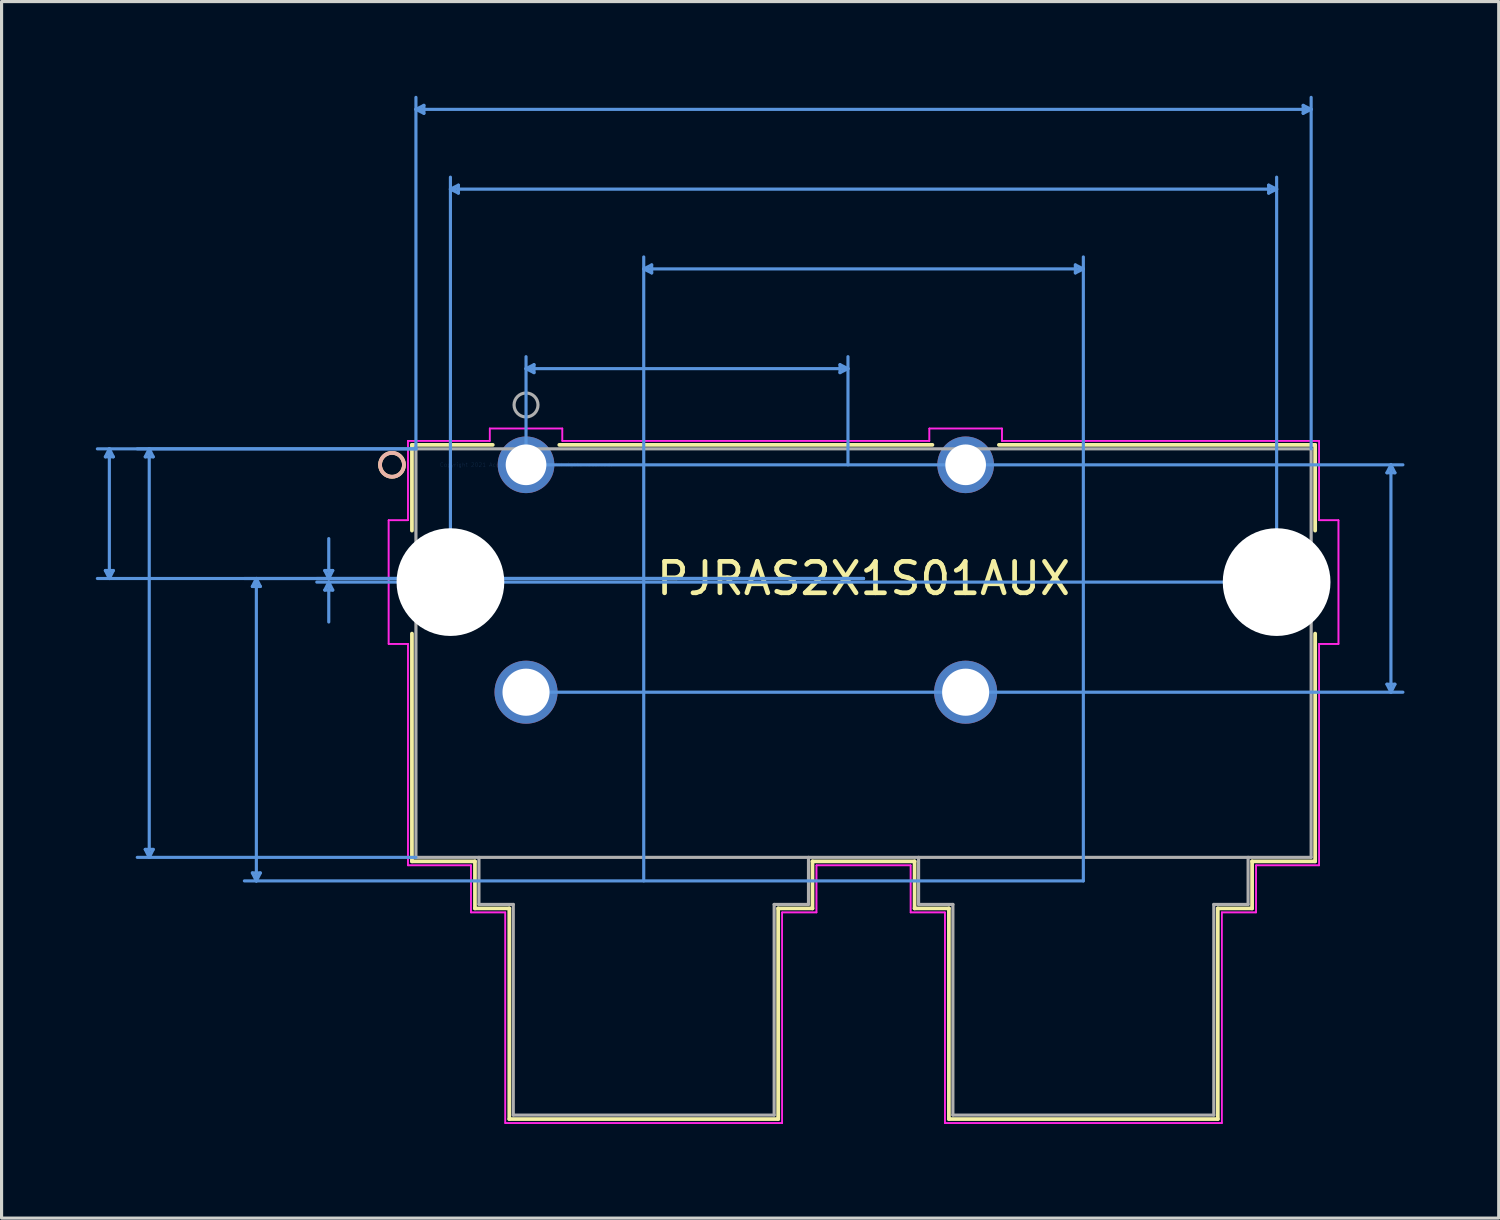
<source format=kicad_pcb>
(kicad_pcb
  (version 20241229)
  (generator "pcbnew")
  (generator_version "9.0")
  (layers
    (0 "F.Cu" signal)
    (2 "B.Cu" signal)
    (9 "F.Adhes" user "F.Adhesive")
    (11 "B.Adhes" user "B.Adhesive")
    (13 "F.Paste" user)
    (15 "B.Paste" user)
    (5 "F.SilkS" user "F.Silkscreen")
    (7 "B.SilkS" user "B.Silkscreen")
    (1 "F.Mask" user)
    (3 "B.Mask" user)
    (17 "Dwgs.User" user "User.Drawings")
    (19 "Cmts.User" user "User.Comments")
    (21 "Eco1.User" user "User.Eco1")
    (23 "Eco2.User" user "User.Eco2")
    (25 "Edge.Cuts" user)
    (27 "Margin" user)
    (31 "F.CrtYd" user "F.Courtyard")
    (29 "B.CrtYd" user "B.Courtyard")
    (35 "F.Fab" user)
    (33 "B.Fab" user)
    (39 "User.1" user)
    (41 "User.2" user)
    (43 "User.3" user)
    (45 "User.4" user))
  (footprint "PJRAS2X1S01AUX"
    (layer "F.Cu")
    (at 13.696 11.747)
    (property "Reference" "PJRAS2X1S01AUX" (at 10.744 3.619 0) (layer "F.SilkS") (effects (font (size 1 1) (thickness 0.15))))
    (attr through_hole)
    (fp_line (start -3.632 -0.635) (end -3.632 2.094) (stroke (width 0.12) (type solid)) (layer "F.SilkS"))
    (fp_line (start -3.632 5.374) (end -3.632 12.624) (stroke (width 0.12) (type solid)) (layer "F.SilkS"))
    (fp_line (start -3.632 12.624) (end -1.626 12.624) (stroke (width 0.12) (type solid)) (layer "F.SilkS"))
    (fp_line (start -1.626 12.624) (end -1.626 14.122) (stroke (width 0.12) (type solid)) (layer "F.SilkS"))
    (fp_line (start -1.626 14.122) (end -0.533 14.122) (stroke (width 0.12) (type solid)) (layer "F.SilkS"))
    (fp_line (start -1.059 -0.635) (end -3.632 -0.635) (stroke (width 0.12) (type solid)) (layer "F.SilkS"))
    (fp_line (start -0.533 14.122) (end -0.533 20.828) (stroke (width 0.12) (type solid)) (layer "F.SilkS"))
    (fp_line (start -0.533 20.828) (end 8.026 20.828) (stroke (width 0.12) (type solid)) (layer "F.SilkS"))
    (fp_line (start 8.026 14.122) (end 9.119 14.122) (stroke (width 0.12) (type solid)) (layer "F.SilkS"))
    (fp_line (start 8.026 20.828) (end 8.026 14.122) (stroke (width 0.12) (type solid)) (layer "F.SilkS"))
    (fp_line (start 9.119 12.624) (end 12.37 12.624) (stroke (width 0.12) (type solid)) (layer "F.SilkS"))
    (fp_line (start 9.119 14.122) (end 9.119 12.624) (stroke (width 0.12) (type solid)) (layer "F.SilkS"))
    (fp_line (start 12.37 12.624) (end 12.37 14.122) (stroke (width 0.12) (type solid)) (layer "F.SilkS"))
    (fp_line (start 12.37 14.122) (end 13.462 14.122) (stroke (width 0.12) (type solid)) (layer "F.SilkS"))
    (fp_line (start 12.937 -0.635) (end 1.059 -0.635) (stroke (width 0.12) (type solid)) (layer "F.SilkS"))
    (fp_line (start 13.462 14.122) (end 13.462 20.828) (stroke (width 0.12) (type solid)) (layer "F.SilkS"))
    (fp_line (start 13.462 20.828) (end 22.022 20.828) (stroke (width 0.12) (type solid)) (layer "F.SilkS"))
    (fp_line (start 22.022 14.122) (end 23.114 14.122) (stroke (width 0.12) (type solid)) (layer "F.SilkS"))
    (fp_line (start 22.022 20.828) (end 22.022 14.122) (stroke (width 0.12) (type solid)) (layer "F.SilkS"))
    (fp_line (start 23.114 12.624) (end 25.121 12.624) (stroke (width 0.12) (type solid)) (layer "F.SilkS"))
    (fp_line (start 23.114 14.122) (end 23.114 12.624) (stroke (width 0.12) (type solid)) (layer "F.SilkS"))
    (fp_line (start 25.121 -0.635) (end 15.054 -0.635) (stroke (width 0.12) (type solid)) (layer "F.SilkS"))
    (fp_line (start 25.121 2.094) (end 25.121 -0.635) (stroke (width 0.12) (type solid)) (layer "F.SilkS"))
    (fp_line (start 25.121 12.624) (end 25.121 5.374) (stroke (width 0.12) (type solid)) (layer "F.SilkS"))
    (fp_circle (center -4.267 0) (end -3.886 0) (stroke (width 0.12) (type solid)) (fill no) (layer "F.SilkS"))
    (fp_circle (center -4.267 0) (end -3.886 0) (stroke (width 0.12) (type solid)) (fill no) (layer "B.SilkS"))
    (fp_line (start -13.392 -0.254) (end -13.138 -0.254) (stroke (width 0.1) (type solid)) (layer "Cmts.User"))
    (fp_line (start -13.392 3.365) (end -13.138 3.365) (stroke (width 0.1) (type solid)) (layer "Cmts.User"))
    (fp_line (start -13.265 -0.508) (end -13.392 -0.254) (stroke (width 0.1) (type solid)) (layer "Cmts.User"))
    (fp_line (start -13.265 -0.508) (end -13.265 3.619) (stroke (width 0.1) (type solid)) (layer "Cmts.User"))
    (fp_line (start -13.265 -0.508) (end -13.138 -0.254) (stroke (width 0.1) (type solid)) (layer "Cmts.User"))
    (fp_line (start -13.265 3.619) (end -13.392 3.365) (stroke (width 0.1) (type solid)) (layer "Cmts.User"))
    (fp_line (start -13.265 3.619) (end -13.138 3.365) (stroke (width 0.1) (type solid)) (layer "Cmts.User"))
    (fp_line (start -12.122 -0.254) (end -11.868 -0.254) (stroke (width 0.1) (type solid)) (layer "Cmts.User"))
    (fp_line (start -12.122 12.243) (end -11.868 12.243) (stroke (width 0.1) (type solid)) (layer "Cmts.User"))
    (fp_line (start -11.995 -0.508) (end -12.122 -0.254) (stroke (width 0.1) (type solid)) (layer "Cmts.User"))
    (fp_line (start -11.995 -0.508) (end -11.995 12.497) (stroke (width 0.1) (type solid)) (layer "Cmts.User"))
    (fp_line (start -11.995 -0.508) (end -11.868 -0.254) (stroke (width 0.1) (type solid)) (layer "Cmts.User"))
    (fp_line (start -11.995 12.497) (end -12.122 12.243) (stroke (width 0.1) (type solid)) (layer "Cmts.User"))
    (fp_line (start -11.995 12.497) (end -11.868 12.243) (stroke (width 0.1) (type solid)) (layer "Cmts.User"))
    (fp_line (start -8.712 3.873) (end -8.458 3.873) (stroke (width 0.1) (type solid)) (layer "Cmts.User"))
    (fp_line (start -8.712 12.992) (end -8.458 12.992) (stroke (width 0.1) (type solid)) (layer "Cmts.User"))
    (fp_line (start -8.585 3.619) (end -8.712 3.873) (stroke (width 0.1) (type solid)) (layer "Cmts.User"))
    (fp_line (start -8.585 3.619) (end -8.585 13.246) (stroke (width 0.1) (type solid)) (layer "Cmts.User"))
    (fp_line (start -8.585 3.619) (end -8.458 3.873) (stroke (width 0.1) (type solid)) (layer "Cmts.User"))
    (fp_line (start -8.585 13.246) (end -8.712 12.992) (stroke (width 0.1) (type solid)) (layer "Cmts.User"))
    (fp_line (start -8.585 13.246) (end -8.458 12.992) (stroke (width 0.1) (type solid)) (layer "Cmts.User"))
    (fp_line (start -6.407 3.365) (end -6.153 3.365) (stroke (width 0.1) (type solid)) (layer "Cmts.User"))
    (fp_line (start -6.407 3.988) (end -6.153 3.988) (stroke (width 0.1) (type solid)) (layer "Cmts.User"))
    (fp_line (start -6.28 3.619) (end -6.407 3.365) (stroke (width 0.1) (type solid)) (layer "Cmts.User"))
    (fp_line (start -6.28 3.619) (end -6.28 2.349) (stroke (width 0.1) (type solid)) (layer "Cmts.User"))
    (fp_line (start -6.28 3.619) (end -6.153 3.365) (stroke (width 0.1) (type solid)) (layer "Cmts.User"))
    (fp_line (start -6.28 3.734) (end -6.407 3.988) (stroke (width 0.1) (type solid)) (layer "Cmts.User"))
    (fp_line (start -6.28 3.734) (end -6.28 5.004) (stroke (width 0.1) (type solid)) (layer "Cmts.User"))
    (fp_line (start -6.28 3.734) (end -6.153 3.988) (stroke (width 0.1) (type solid)) (layer "Cmts.User"))
    (fp_line (start -3.505 -11.316) (end -3.251 -11.443) (stroke (width 0.1) (type solid)) (layer "Cmts.User"))
    (fp_line (start -3.505 -11.316) (end -3.251 -11.189) (stroke (width 0.1) (type solid)) (layer "Cmts.User"))
    (fp_line (start -3.505 -11.316) (end 24.994 -11.316) (stroke (width 0.1) (type solid)) (layer "Cmts.User"))
    (fp_line (start -3.505 -0.508) (end -13.646 -0.508) (stroke (width 0.1) (type solid)) (layer "Cmts.User"))
    (fp_line (start -3.505 -0.508) (end -12.376 -0.508) (stroke (width 0.1) (type solid)) (layer "Cmts.User"))
    (fp_line (start -3.505 -0.508) (end -3.505 -11.697) (stroke (width 0.1) (type solid)) (layer "Cmts.User"))
    (fp_line (start -3.505 12.497) (end -12.376 12.497) (stroke (width 0.1) (type solid)) (layer "Cmts.User"))
    (fp_line (start -3.251 -11.443) (end -3.251 -11.189) (stroke (width 0.1) (type solid)) (layer "Cmts.User"))
    (fp_line (start -2.407 -8.776) (end -2.153 -8.903) (stroke (width 0.1) (type solid)) (layer "Cmts.User"))
    (fp_line (start -2.407 -8.776) (end -2.153 -8.649) (stroke (width 0.1) (type solid)) (layer "Cmts.User"))
    (fp_line (start -2.407 -8.776) (end 23.895 -8.776) (stroke (width 0.1) (type solid)) (layer "Cmts.User"))
    (fp_line (start -2.407 3.734) (end -2.407 -9.157) (stroke (width 0.1) (type solid)) (layer "Cmts.User"))
    (fp_line (start -2.153 -8.903) (end -2.153 -8.649) (stroke (width 0.1) (type solid)) (layer "Cmts.User"))
    (fp_line (start 0 -3.061) (end 0.254 -3.188) (stroke (width 0.1) (type solid)) (layer "Cmts.User"))
    (fp_line (start 0 -3.061) (end 0.254 -2.934) (stroke (width 0.1) (type solid)) (layer "Cmts.User"))
    (fp_line (start 0 -3.061) (end 10.249 -3.061) (stroke (width 0.1) (type solid)) (layer "Cmts.User"))
    (fp_line (start 0 0) (end 0 -3.442) (stroke (width 0.1) (type solid)) (layer "Cmts.User"))
    (fp_line (start 0 0) (end 27.915 0) (stroke (width 0.1) (type solid)) (layer "Cmts.User"))
    (fp_line (start 0 7.239) (end 27.915 7.239) (stroke (width 0.1) (type solid)) (layer "Cmts.User"))
    (fp_line (start 0.254 -3.188) (end 0.254 -2.934) (stroke (width 0.1) (type solid)) (layer "Cmts.User"))
    (fp_line (start 3.747 -6.236) (end 4 -6.363) (stroke (width 0.1) (type solid)) (layer "Cmts.User"))
    (fp_line (start 3.747 -6.236) (end 4 -6.109) (stroke (width 0.1) (type solid)) (layer "Cmts.User"))
    (fp_line (start 3.747 -6.236) (end 17.742 -6.236) (stroke (width 0.1) (type solid)) (layer "Cmts.User"))
    (fp_line (start 3.747 13.246) (end 3.747 -6.617) (stroke (width 0.1) (type solid)) (layer "Cmts.User"))
    (fp_line (start 4 -6.363) (end 4 -6.109) (stroke (width 0.1) (type solid)) (layer "Cmts.User"))
    (fp_line (start 9.995 -3.188) (end 9.995 -2.934) (stroke (width 0.1) (type solid)) (layer "Cmts.User"))
    (fp_line (start 10.249 -3.061) (end 9.995 -3.188) (stroke (width 0.1) (type solid)) (layer "Cmts.User"))
    (fp_line (start 10.249 -3.061) (end 9.995 -2.934) (stroke (width 0.1) (type solid)) (layer "Cmts.User"))
    (fp_line (start 10.249 0) (end 10.249 -3.442) (stroke (width 0.1) (type solid)) (layer "Cmts.User"))
    (fp_line (start 10.744 3.619) (end -13.646 3.619) (stroke (width 0.1) (type solid)) (layer "Cmts.User"))
    (fp_line (start 10.744 3.619) (end -8.966 3.619) (stroke (width 0.1) (type solid)) (layer "Cmts.User"))
    (fp_line (start 10.744 3.619) (end -6.661 3.619) (stroke (width 0.1) (type solid)) (layer "Cmts.User"))
    (fp_line (start 17.488 -6.363) (end 17.488 -6.109) (stroke (width 0.1) (type solid)) (layer "Cmts.User"))
    (fp_line (start 17.742 -6.236) (end 17.488 -6.363) (stroke (width 0.1) (type solid)) (layer "Cmts.User"))
    (fp_line (start 17.742 -6.236) (end 17.488 -6.109) (stroke (width 0.1) (type solid)) (layer "Cmts.User"))
    (fp_line (start 17.742 13.246) (end -8.966 13.246) (stroke (width 0.1) (type solid)) (layer "Cmts.User"))
    (fp_line (start 17.742 13.246) (end 17.742 -6.617) (stroke (width 0.1) (type solid)) (layer "Cmts.User"))
    (fp_line (start 23.641 -8.903) (end 23.641 -8.649) (stroke (width 0.1) (type solid)) (layer "Cmts.User"))
    (fp_line (start 23.895 -8.776) (end 23.641 -8.903) (stroke (width 0.1) (type solid)) (layer "Cmts.User"))
    (fp_line (start 23.895 -8.776) (end 23.641 -8.649) (stroke (width 0.1) (type solid)) (layer "Cmts.User"))
    (fp_line (start 23.895 3.734) (end -6.661 3.734) (stroke (width 0.1) (type solid)) (layer "Cmts.User"))
    (fp_line (start 23.895 3.734) (end 23.895 -9.157) (stroke (width 0.1) (type solid)) (layer "Cmts.User"))
    (fp_line (start 24.74 -11.443) (end 24.74 -11.189) (stroke (width 0.1) (type solid)) (layer "Cmts.User"))
    (fp_line (start 24.994 -11.316) (end 24.74 -11.443) (stroke (width 0.1) (type solid)) (layer "Cmts.User"))
    (fp_line (start 24.994 -11.316) (end 24.74 -11.189) (stroke (width 0.1) (type solid)) (layer "Cmts.User"))
    (fp_line (start 24.994 -0.508) (end 24.994 -11.697) (stroke (width 0.1) (type solid)) (layer "Cmts.User"))
    (fp_line (start 27.407 0.254) (end 27.661 0.254) (stroke (width 0.1) (type solid)) (layer "Cmts.User"))
    (fp_line (start 27.407 6.985) (end 27.661 6.985) (stroke (width 0.1) (type solid)) (layer "Cmts.User"))
    (fp_line (start 27.534 0) (end 27.407 0.254) (stroke (width 0.1) (type solid)) (layer "Cmts.User"))
    (fp_line (start 27.534 0) (end 27.534 7.239) (stroke (width 0.1) (type solid)) (layer "Cmts.User"))
    (fp_line (start 27.534 0) (end 27.661 0.254) (stroke (width 0.1) (type solid)) (layer "Cmts.User"))
    (fp_line (start 27.534 7.239) (end 27.407 6.985) (stroke (width 0.1) (type solid)) (layer "Cmts.User"))
    (fp_line (start 27.534 7.239) (end 27.661 6.985) (stroke (width 0.1) (type solid)) (layer "Cmts.User"))
    (fp_line (start -4.375 1.765) (end -4.375 5.702) (stroke (width 0.05) (type solid)) (layer "F.CrtYd"))
    (fp_line (start -4.375 1.765) (end -4.375 5.702) (stroke (width 0.05) (type solid)) (layer "F.CrtYd"))
    (fp_line (start -4.375 5.702) (end -3.759 5.702) (stroke (width 0.05) (type solid)) (layer "F.CrtYd"))
    (fp_line (start -4.375 5.702) (end -3.759 5.702) (stroke (width 0.05) (type solid)) (layer "F.CrtYd"))
    (fp_line (start -3.759 -0.762) (end -3.759 1.765) (stroke (width 0.05) (type solid)) (layer "F.CrtYd"))
    (fp_line (start -3.759 -0.762) (end -3.759 1.765) (stroke (width 0.05) (type solid)) (layer "F.CrtYd"))
    (fp_line (start -3.759 1.765) (end -4.375 1.765) (stroke (width 0.05) (type solid)) (layer "F.CrtYd"))
    (fp_line (start -3.759 1.765) (end -4.375 1.765) (stroke (width 0.05) (type solid)) (layer "F.CrtYd"))
    (fp_line (start -3.759 5.702) (end -3.759 12.751) (stroke (width 0.05) (type solid)) (layer "F.CrtYd"))
    (fp_line (start -3.759 5.702) (end -3.759 12.751) (stroke (width 0.05) (type solid)) (layer "F.CrtYd"))
    (fp_line (start -3.759 12.751) (end -1.753 12.751) (stroke (width 0.05) (type solid)) (layer "F.CrtYd"))
    (fp_line (start -3.759 12.751) (end -1.753 12.751) (stroke (width 0.05) (type solid)) (layer "F.CrtYd"))
    (fp_line (start -1.753 12.751) (end -1.753 14.249) (stroke (width 0.05) (type solid)) (layer "F.CrtYd"))
    (fp_line (start -1.753 12.751) (end -1.753 14.249) (stroke (width 0.05) (type solid)) (layer "F.CrtYd"))
    (fp_line (start -1.753 14.249) (end -0.66 14.249) (stroke (width 0.05) (type solid)) (layer "F.CrtYd"))
    (fp_line (start -1.753 14.249) (end -0.66 14.249) (stroke (width 0.05) (type solid)) (layer "F.CrtYd"))
    (fp_line (start -1.156 -1.156) (end -1.156 -0.762) (stroke (width 0.05) (type solid)) (layer "F.CrtYd"))
    (fp_line (start -1.156 -1.156) (end -1.156 -0.762) (stroke (width 0.05) (type solid)) (layer "F.CrtYd"))
    (fp_line (start -1.156 -0.762) (end -3.759 -0.762) (stroke (width 0.05) (type solid)) (layer "F.CrtYd"))
    (fp_line (start -1.156 -0.762) (end -3.759 -0.762) (stroke (width 0.05) (type solid)) (layer "F.CrtYd"))
    (fp_line (start -0.66 14.249) (end -0.66 20.955) (stroke (width 0.05) (type solid)) (layer "F.CrtYd"))
    (fp_line (start -0.66 14.249) (end -0.66 20.955) (stroke (width 0.05) (type solid)) (layer "F.CrtYd"))
    (fp_line (start -0.66 20.955) (end 8.153 20.955) (stroke (width 0.05) (type solid)) (layer "F.CrtYd"))
    (fp_line (start -0.66 20.955) (end 8.153 20.955) (stroke (width 0.05) (type solid)) (layer "F.CrtYd"))
    (fp_line (start 1.156 -1.156) (end -1.156 -1.156) (stroke (width 0.05) (type solid)) (layer "F.CrtYd"))
    (fp_line (start 1.156 -1.156) (end -1.156 -1.156) (stroke (width 0.05) (type solid)) (layer "F.CrtYd"))
    (fp_line (start 1.156 -0.762) (end 1.156 -1.156) (stroke (width 0.05) (type solid)) (layer "F.CrtYd"))
    (fp_line (start 1.156 -0.762) (end 1.156 -1.156) (stroke (width 0.05) (type solid)) (layer "F.CrtYd"))
    (fp_line (start 8.153 14.249) (end 9.246 14.249) (stroke (width 0.05) (type solid)) (layer "F.CrtYd"))
    (fp_line (start 8.153 14.249) (end 9.246 14.249) (stroke (width 0.05) (type solid)) (layer "F.CrtYd"))
    (fp_line (start 8.153 20.955) (end 8.153 14.249) (stroke (width 0.05) (type solid)) (layer "F.CrtYd"))
    (fp_line (start 8.153 20.955) (end 8.153 14.249) (stroke (width 0.05) (type solid)) (layer "F.CrtYd"))
    (fp_line (start 9.246 12.751) (end 12.243 12.751) (stroke (width 0.05) (type solid)) (layer "F.CrtYd"))
    (fp_line (start 9.246 12.751) (end 12.243 12.751) (stroke (width 0.05) (type solid)) (layer "F.CrtYd"))
    (fp_line (start 9.246 14.249) (end 9.246 12.751) (stroke (width 0.05) (type solid)) (layer "F.CrtYd"))
    (fp_line (start 9.246 14.249) (end 9.246 12.751) (stroke (width 0.05) (type solid)) (layer "F.CrtYd"))
    (fp_line (start 12.243 12.751) (end 12.243 14.249) (stroke (width 0.05) (type solid)) (layer "F.CrtYd"))
    (fp_line (start 12.243 12.751) (end 12.243 14.249) (stroke (width 0.05) (type solid)) (layer "F.CrtYd"))
    (fp_line (start 12.243 14.249) (end 13.335 14.249) (stroke (width 0.05) (type solid)) (layer "F.CrtYd"))
    (fp_line (start 12.243 14.249) (end 13.335 14.249) (stroke (width 0.05) (type solid)) (layer "F.CrtYd"))
    (fp_line (start 12.84 -1.156) (end 12.84 -0.762) (stroke (width 0.05) (type solid)) (layer "F.CrtYd"))
    (fp_line (start 12.84 -1.156) (end 12.84 -0.762) (stroke (width 0.05) (type solid)) (layer "F.CrtYd"))
    (fp_line (start 12.84 -0.762) (end 1.156 -0.762) (stroke (width 0.05) (type solid)) (layer "F.CrtYd"))
    (fp_line (start 12.84 -0.762) (end 1.156 -0.762) (stroke (width 0.05) (type solid)) (layer "F.CrtYd"))
    (fp_line (start 13.335 14.249) (end 13.335 20.955) (stroke (width 0.05) (type solid)) (layer "F.CrtYd"))
    (fp_line (start 13.335 14.249) (end 13.335 20.955) (stroke (width 0.05) (type solid)) (layer "F.CrtYd"))
    (fp_line (start 13.335 20.955) (end 22.149 20.955) (stroke (width 0.05) (type solid)) (layer "F.CrtYd"))
    (fp_line (start 13.335 20.955) (end 22.149 20.955) (stroke (width 0.05) (type solid)) (layer "F.CrtYd"))
    (fp_line (start 15.151 -1.156) (end 12.84 -1.156) (stroke (width 0.05) (type solid)) (layer "F.CrtYd"))
    (fp_line (start 15.151 -1.156) (end 12.84 -1.156) (stroke (width 0.05) (type solid)) (layer "F.CrtYd"))
    (fp_line (start 15.151 -0.762) (end 15.151 -1.156) (stroke (width 0.05) (type solid)) (layer "F.CrtYd"))
    (fp_line (start 15.151 -0.762) (end 15.151 -1.156) (stroke (width 0.05) (type solid)) (layer "F.CrtYd"))
    (fp_line (start 22.149 14.249) (end 23.241 14.249) (stroke (width 0.05) (type solid)) (layer "F.CrtYd"))
    (fp_line (start 22.149 14.249) (end 23.241 14.249) (stroke (width 0.05) (type solid)) (layer "F.CrtYd"))
    (fp_line (start 22.149 20.955) (end 22.149 14.249) (stroke (width 0.05) (type solid)) (layer "F.CrtYd"))
    (fp_line (start 22.149 20.955) (end 22.149 14.249) (stroke (width 0.05) (type solid)) (layer "F.CrtYd"))
    (fp_line (start 23.241 12.751) (end 25.248 12.751) (stroke (width 0.05) (type solid)) (layer "F.CrtYd"))
    (fp_line (start 23.241 12.751) (end 25.248 12.751) (stroke (width 0.05) (type solid)) (layer "F.CrtYd"))
    (fp_line (start 23.241 14.249) (end 23.241 12.751) (stroke (width 0.05) (type solid)) (layer "F.CrtYd"))
    (fp_line (start 23.241 14.249) (end 23.241 12.751) (stroke (width 0.05) (type solid)) (layer "F.CrtYd"))
    (fp_line (start 25.248 -0.762) (end 15.151 -0.762) (stroke (width 0.05) (type solid)) (layer "F.CrtYd"))
    (fp_line (start 25.248 -0.762) (end 15.151 -0.762) (stroke (width 0.05) (type solid)) (layer "F.CrtYd"))
    (fp_line (start 25.248 1.765) (end 25.248 -0.762) (stroke (width 0.05) (type solid)) (layer "F.CrtYd"))
    (fp_line (start 25.248 1.765) (end 25.248 -0.762) (stroke (width 0.05) (type solid)) (layer "F.CrtYd"))
    (fp_line (start 25.248 5.702) (end 25.864 5.702) (stroke (width 0.05) (type solid)) (layer "F.CrtYd"))
    (fp_line (start 25.248 5.702) (end 25.864 5.702) (stroke (width 0.05) (type solid)) (layer "F.CrtYd"))
    (fp_line (start 25.248 12.751) (end 25.248 5.702) (stroke (width 0.05) (type solid)) (layer "F.CrtYd"))
    (fp_line (start 25.248 12.751) (end 25.248 5.702) (stroke (width 0.05) (type solid)) (layer "F.CrtYd"))
    (fp_line (start 25.864 1.765) (end 25.248 1.765) (stroke (width 0.05) (type solid)) (layer "F.CrtYd"))
    (fp_line (start 25.864 1.765) (end 25.248 1.765) (stroke (width 0.05) (type solid)) (layer "F.CrtYd"))
    (fp_line (start 25.864 5.702) (end 25.864 1.765) (stroke (width 0.05) (type solid)) (layer "F.CrtYd"))
    (fp_line (start 25.864 5.702) (end 25.864 1.765) (stroke (width 0.05) (type solid)) (layer "F.CrtYd"))
    (fp_line (start -3.505 -0.508) (end -3.505 12.497) (stroke (width 0.1) (type solid)) (layer "F.Fab"))
    (fp_line (start -3.505 12.497) (end 24.994 12.497) (stroke (width 0.1) (type solid)) (layer "F.Fab"))
    (fp_line (start -1.499 12.497) (end -1.499 13.995) (stroke (width 0.1) (type solid)) (layer "F.Fab"))
    (fp_line (start -1.499 13.995) (end -0.406 13.995) (stroke (width 0.1) (type solid)) (layer "F.Fab"))
    (fp_line (start -0.406 13.995) (end -0.406 20.701) (stroke (width 0.1) (type solid)) (layer "F.Fab"))
    (fp_line (start -0.406 20.701) (end 7.899 20.701) (stroke (width 0.1) (type solid)) (layer "F.Fab"))
    (fp_line (start 7.899 13.995) (end 8.992 13.995) (stroke (width 0.1) (type solid)) (layer "F.Fab"))
    (fp_line (start 7.899 20.701) (end 7.899 13.995) (stroke (width 0.1) (type solid)) (layer "F.Fab"))
    (fp_line (start 8.992 13.995) (end 8.992 12.497) (stroke (width 0.1) (type solid)) (layer "F.Fab"))
    (fp_line (start 12.497 12.497) (end 12.497 13.995) (stroke (width 0.1) (type solid)) (layer "F.Fab"))
    (fp_line (start 12.497 13.995) (end 13.589 13.995) (stroke (width 0.1) (type solid)) (layer "F.Fab"))
    (fp_line (start 13.589 13.995) (end 13.589 20.701) (stroke (width 0.1) (type solid)) (layer "F.Fab"))
    (fp_line (start 13.589 20.701) (end 21.895 20.701) (stroke (width 0.1) (type solid)) (layer "F.Fab"))
    (fp_line (start 21.895 13.995) (end 22.987 13.995) (stroke (width 0.1) (type solid)) (layer "F.Fab"))
    (fp_line (start 21.895 20.701) (end 21.895 13.995) (stroke (width 0.1) (type solid)) (layer "F.Fab"))
    (fp_line (start 22.987 13.995) (end 22.987 12.497) (stroke (width 0.1) (type solid)) (layer "F.Fab"))
    (fp_line (start 24.994 -0.508) (end -3.505 -0.508) (stroke (width 0.1) (type solid)) (layer "F.Fab"))
    (fp_line (start 24.994 12.497) (end 24.994 -0.508) (stroke (width 0.1) (type solid)) (layer "F.Fab"))
    (fp_circle (center 0 -1.905) (end 0.381 -1.905) (stroke (width 0.1) (type solid)) (fill no) (layer "F.Fab"))
    (fp_text user "*" (at 0 0 0) (layer "F.SilkS") (effects (font (size 1 1) (thickness 0.15))))
    (fp_text user "Copyright 2021 Accelerated Designs. All rights reserved." (at 0 0 0) (layer "Cmts.User") (effects (font (size 0.127 0.127) (thickness 0.002))))
    (fp_text user "*" (at 0 0 0) (layer "F.Fab") (effects (font (size 1 1) (thickness 0.15))))
    (pad "" np_thru_hole circle (at -2.407 3.734) (size 3.429 3.429) (drill 3.429) (layers "*.Cu" "*.Mask"))
    (pad "" np_thru_hole circle (at 23.895 3.734) (size 3.429 3.429) (drill 3.429) (layers "*.Cu" "*.Mask"))
    (pad "J1" thru_hole circle (at 0 0) (size 1.803 1.803) (drill 1.295) (layers "*.Cu" "*.Mask"))
    (pad "J2" thru_hole circle (at 13.995 0) (size 1.803 1.803) (drill 1.295) (layers "*.Cu" "*.Mask"))
    (pad "S1" thru_hole circle (at 0 7.239) (size 2.007 2.007) (drill 1.499) (layers "*.Cu" "*.Mask"))
    (pad "S2" thru_hole circle (at 13.995 7.239) (size 2.007 2.007) (drill 1.499) (layers "*.Cu" "*.Mask")))
  (gr_rect
    (start -3 -3)
    (end 44.661 35.727)
    (stroke (width 0.1) (type default))
    (fill no)
    (layer "Edge.Cuts")))
</source>
